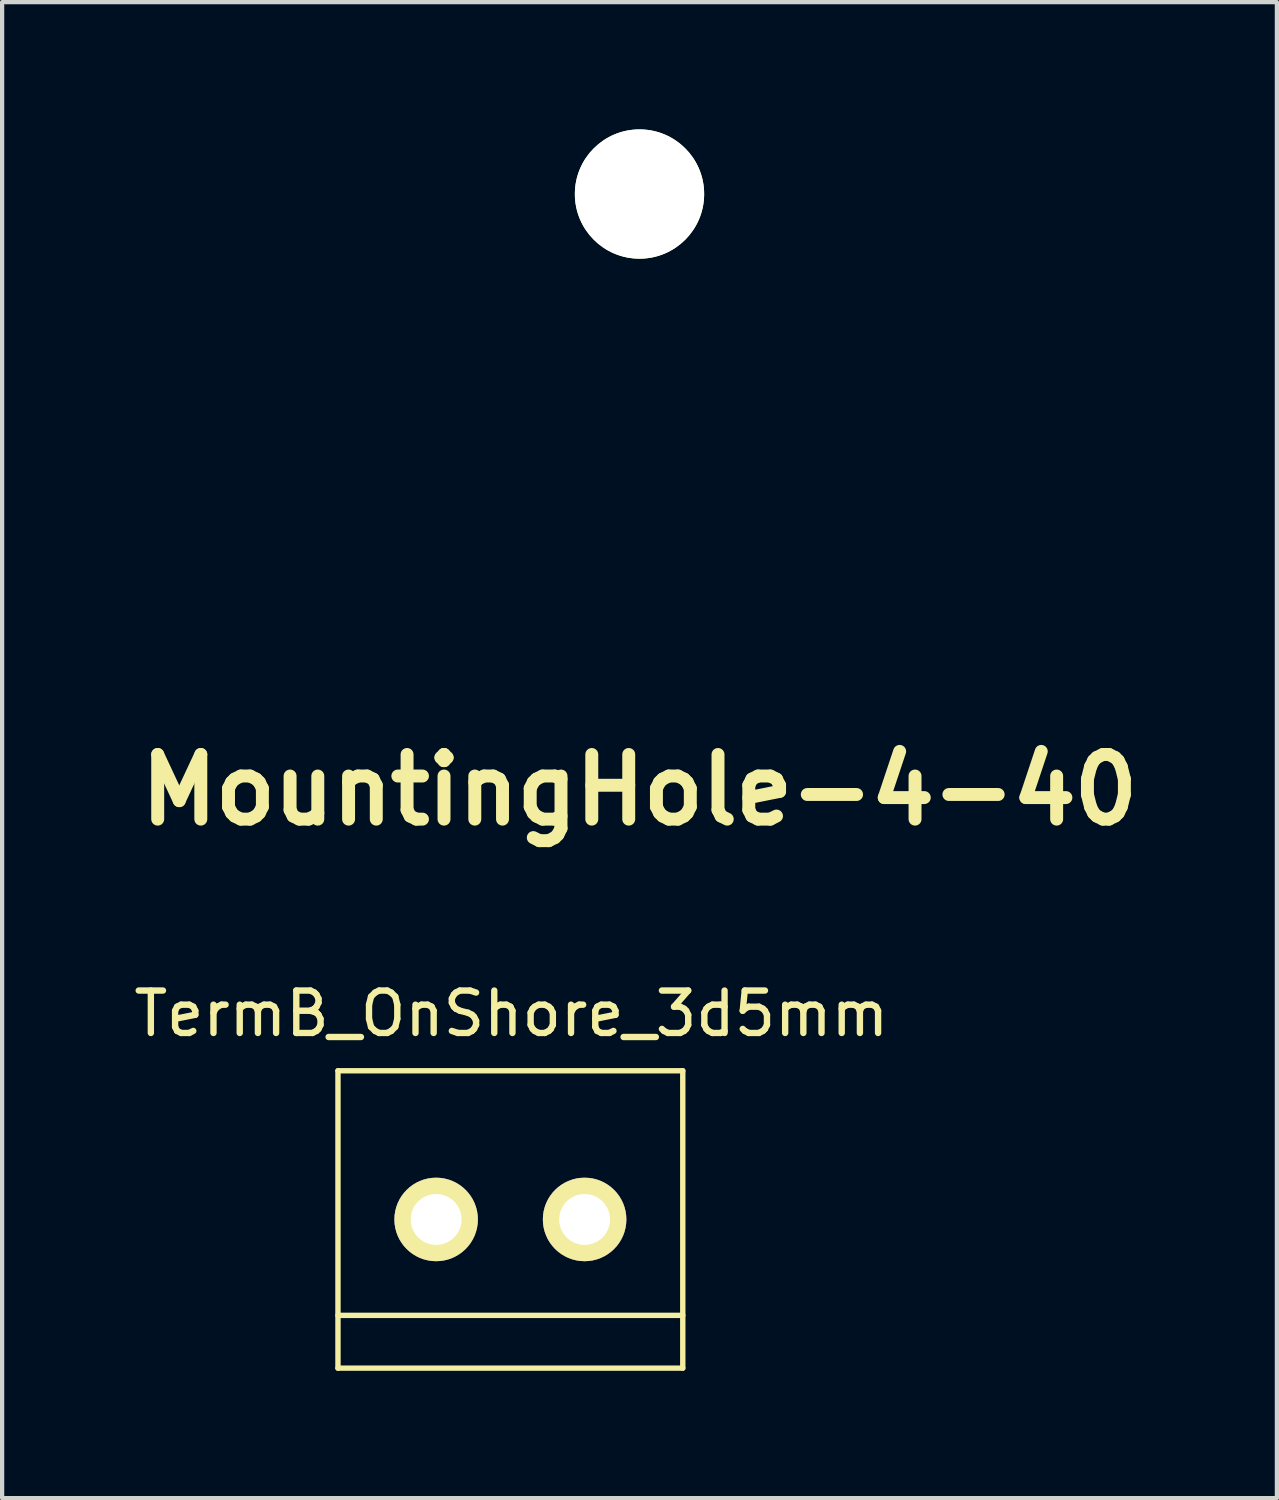
<source format=kicad_pcb>
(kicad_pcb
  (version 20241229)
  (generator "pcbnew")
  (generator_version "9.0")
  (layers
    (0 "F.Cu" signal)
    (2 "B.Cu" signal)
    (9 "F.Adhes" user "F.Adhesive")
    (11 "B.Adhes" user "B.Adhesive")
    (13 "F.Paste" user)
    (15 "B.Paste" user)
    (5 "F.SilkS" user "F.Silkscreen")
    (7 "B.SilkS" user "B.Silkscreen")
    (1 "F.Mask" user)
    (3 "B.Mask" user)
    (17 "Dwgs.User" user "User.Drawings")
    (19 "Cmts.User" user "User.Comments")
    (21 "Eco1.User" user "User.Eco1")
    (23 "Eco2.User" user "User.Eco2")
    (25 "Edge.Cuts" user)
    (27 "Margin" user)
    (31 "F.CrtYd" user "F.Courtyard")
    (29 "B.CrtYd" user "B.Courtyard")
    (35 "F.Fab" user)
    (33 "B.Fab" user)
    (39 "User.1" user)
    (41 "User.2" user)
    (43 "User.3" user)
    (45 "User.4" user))
  (footprint "MountingHole-4-40"
    (layer "F.Cu")
    (at 12.025 1.524)
    (property "Reference" "MountingHole-4-40" (at 0 14.046 0) (layer "F.SilkS") (effects (font (size 1.524 1.524) (thickness 0.305))))
    (attr through_hole)
    (pad "" np_thru_hole circle (at 0 0) (size 3.048 3.048) (drill 3.048) (layers "*.Cu" "*.Mask" "F.SilkS")))
  (footprint "TermB_OnShore_3d5mm"
    (layer "F.Cu")
    (at 8.981 25.696)
    (property "Reference" "TermB_OnShore_3d5mm" (at 0.025 -4.851 0) (layer "F.SilkS") (effects (font (size 1 1) (thickness 0.15))))
    (attr through_hole)
    (fp_line (start -4.064 -3.505) (end 4.064 -3.505) (stroke (width 0.127) (type solid)) (layer "F.SilkS"))
    (fp_line (start -4.064 2.261) (end 4.064 2.261) (stroke (width 0.127) (type solid)) (layer "F.SilkS"))
    (fp_line (start -4.064 3.505) (end -4.064 -3.505) (stroke (width 0.127) (type solid)) (layer "F.SilkS"))
    (fp_line (start 4.064 -3.505) (end 4.064 3.505) (stroke (width 0.127) (type solid)) (layer "F.SilkS"))
    (fp_line (start 4.064 3.505) (end -4.064 3.505) (stroke (width 0.127) (type solid)) (layer "F.SilkS"))
    (pad "1" thru_hole circle (at 1.75 0) (size 1.968 1.968) (drill 1.199) (layers "*.Cu" "*.Mask" "F.SilkS"))
    (pad "2" thru_hole circle (at -1.75 0) (size 1.968 1.968) (drill 1.199) (layers "*.Cu" "*.Mask" "F.SilkS")))
  (gr_rect
    (start -3 -3)
    (end 27.05 32.265)
    (stroke (width 0.1) (type default))
    (fill no)
    (layer "Edge.Cuts")))
</source>
